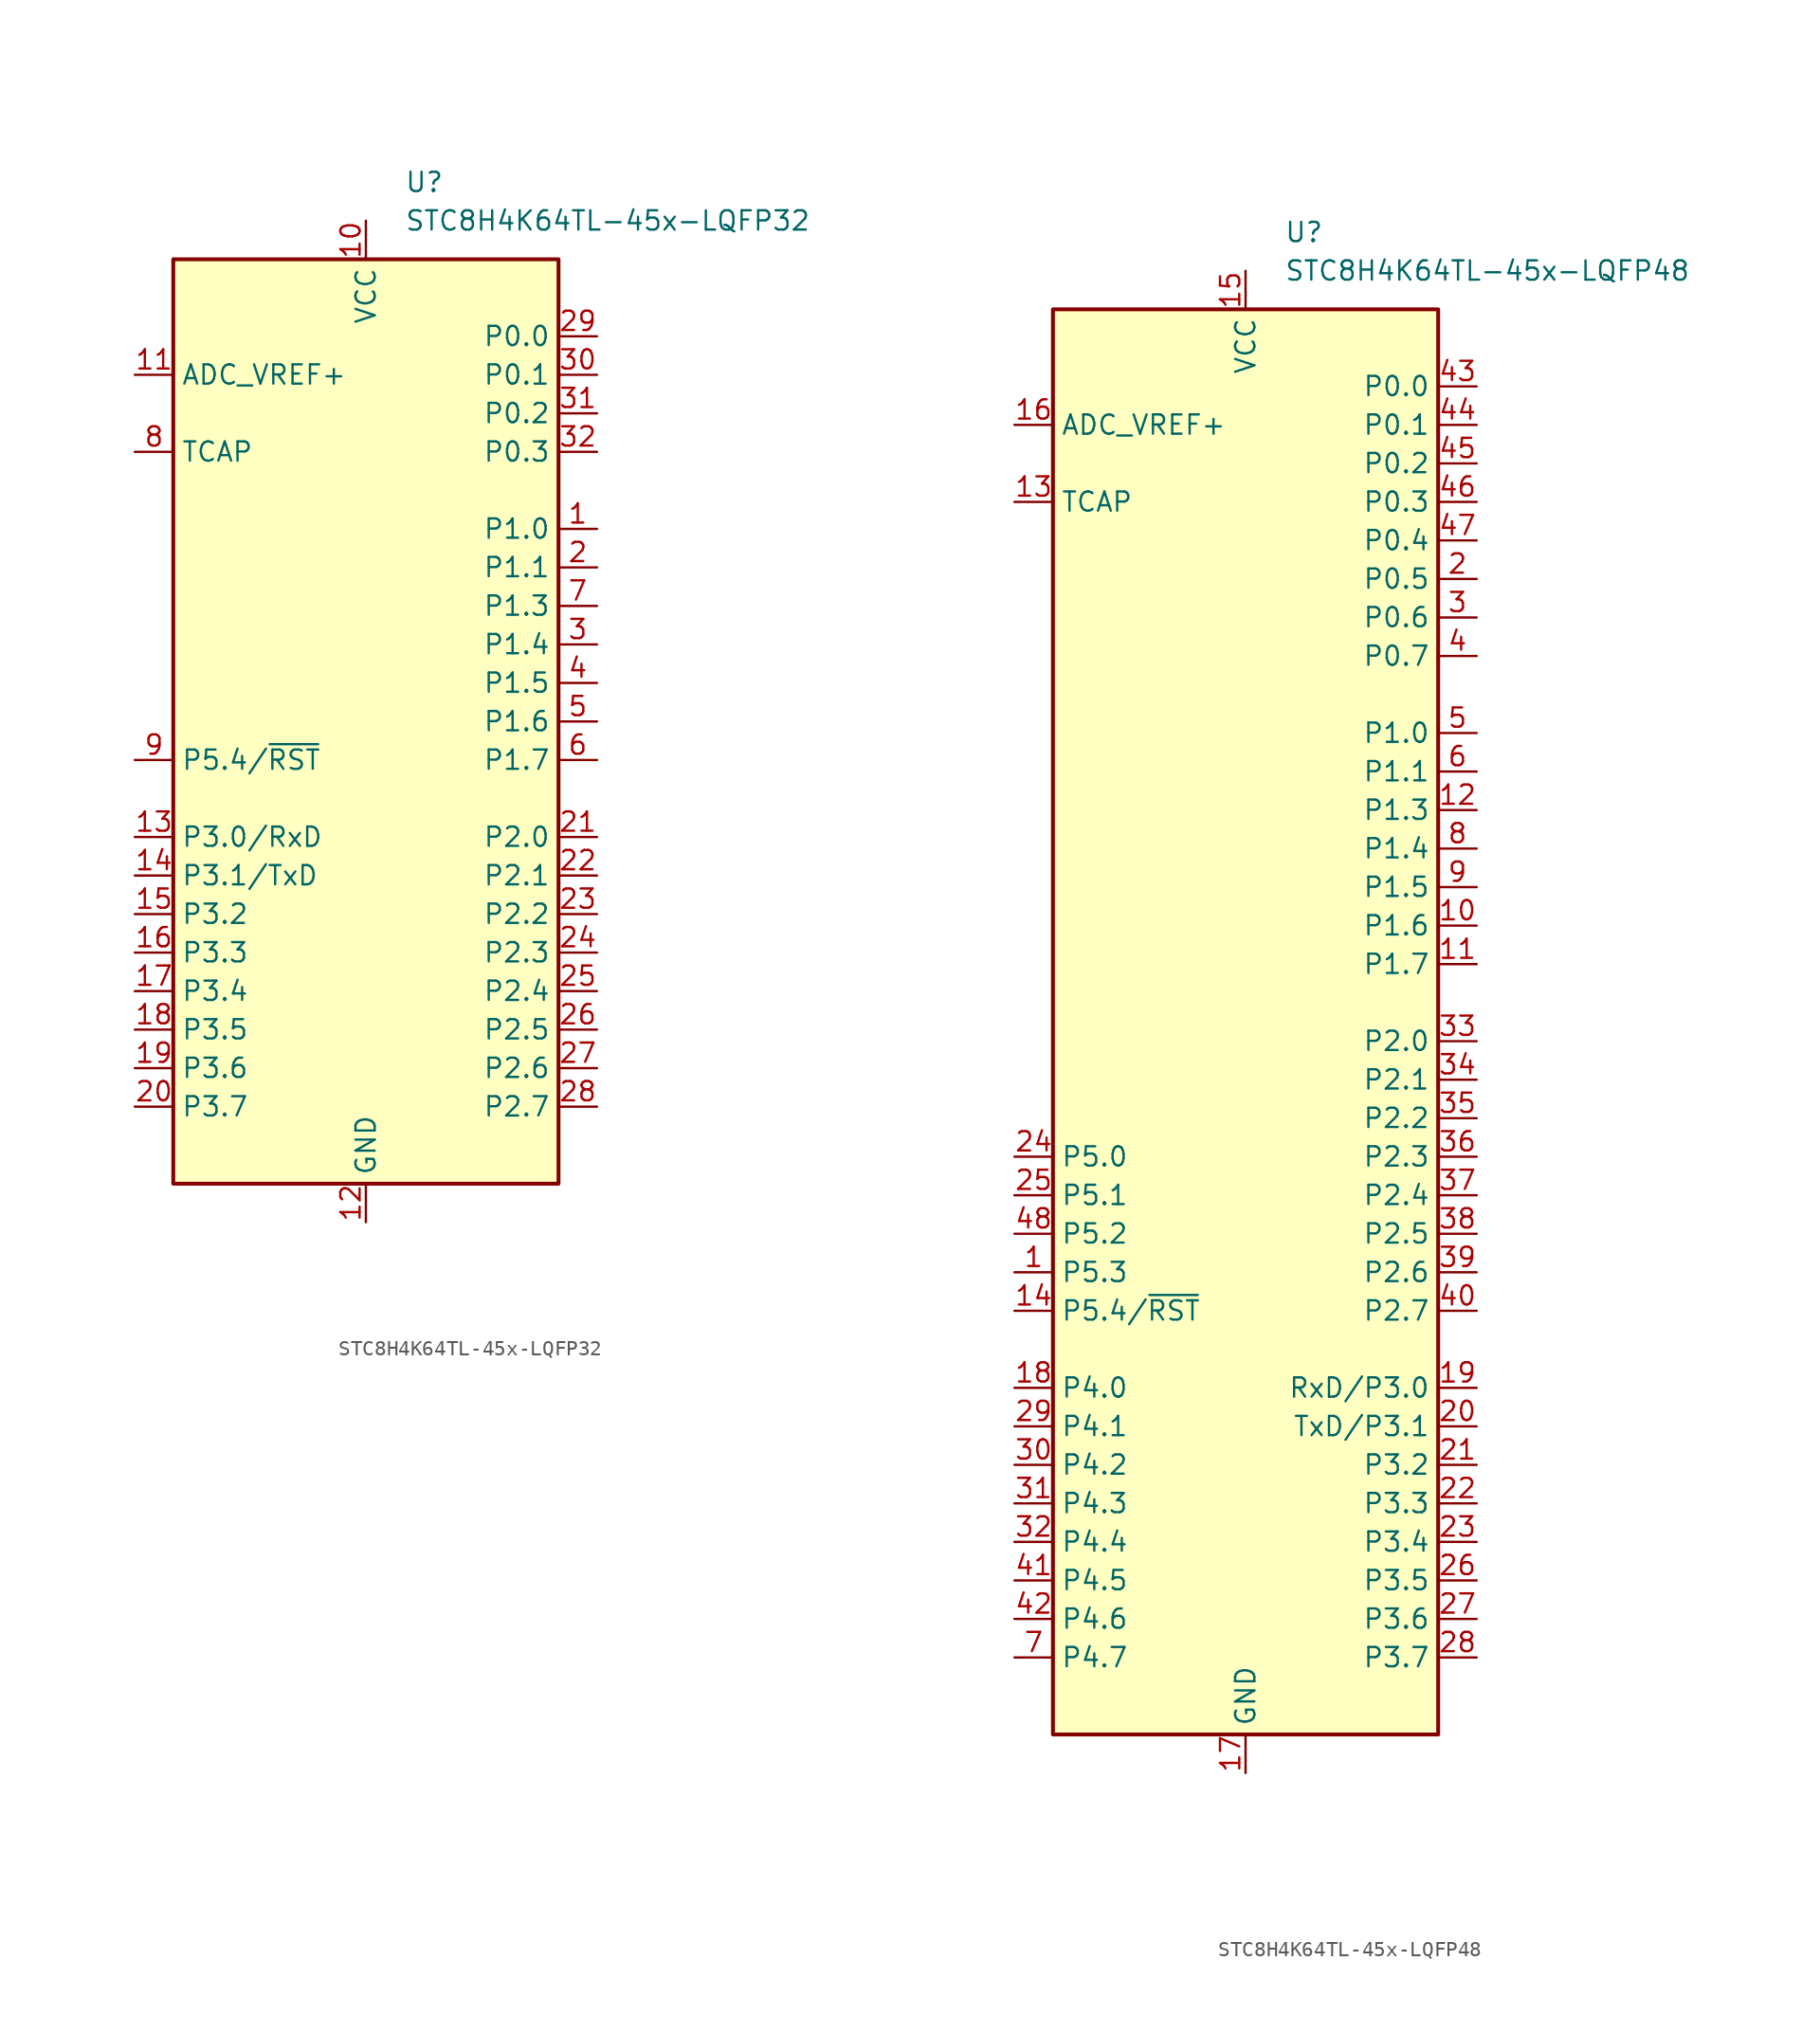
<source format=kicad_sym>
(kicad_symbol_lib
  (version 20211014)
  (generator kicad_symbol_editor)
  (symbol "STC8H4K64TL-45x-LQFP32"
    (property "Reference" "U"
      (at 2.54 35.56 0)
      (effects (font (size 1.27 1.27)) (justify left)))
    (property "Value" "STC8H4K64TL-45x-LQFP32"
      (at 2.54 33.02 0)
      (effects (font (size 1.27 1.27)) (justify left)))
    (symbol "STC8H4K64TL-45x-LQFP32_0_1"
      (rectangle (start -12.7 30.48) (end 12.7 -30.48) (stroke (width 0.254) (type default) (color 0 0 0 0)) (fill (type background))))
    (symbol "STC8H4K64TL-45x-LQFP32_1_1"
      (pin bidirectional line (at 15.24 12.7 180) (length 2.54) (name "P1.0" (effects (font (size 1.27 1.27)))) (number "1" (effects (font (size 1.27 1.27)))))
      (pin power_in line (at 0 33.02 270) (length 2.54) (name "VCC" (effects (font (size 1.27 1.27)))) (number "10" (effects (font (size 1.27 1.27)))))
      (pin power_in line (at -15.24 22.86 0) (length 2.54) (name "ADC_VREF+" (effects (font (size 1.27 1.27)))) (number "11" (effects (font (size 1.27 1.27)))))
      (pin power_in line (at 0 -33.02 90) (length 2.54) (name "GND" (effects (font (size 1.27 1.27)))) (number "12" (effects (font (size 1.27 1.27)))))
      (pin bidirectional line (at -15.24 -7.62 0) (length 2.54) (name "P3.0/RxD" (effects (font (size 1.27 1.27)))) (number "13" (effects (font (size 1.27 1.27)))))
      (pin bidirectional line (at -15.24 -10.16 0) (length 2.54) (name "P3.1/TxD" (effects (font (size 1.27 1.27)))) (number "14" (effects (font (size 1.27 1.27)))))
      (pin bidirectional line (at -15.24 -12.7 0) (length 2.54) (name "P3.2" (effects (font (size 1.27 1.27)))) (number "15" (effects (font (size 1.27 1.27)))))
      (pin bidirectional line (at -15.24 -15.24 0) (length 2.54) (name "P3.3" (effects (font (size 1.27 1.27)))) (number "16" (effects (font (size 1.27 1.27)))))
      (pin bidirectional line (at -15.24 -17.78 0) (length 2.54) (name "P3.4" (effects (font (size 1.27 1.27)))) (number "17" (effects (font (size 1.27 1.27)))))
      (pin bidirectional line (at -15.24 -20.32 0) (length 2.54) (name "P3.5" (effects (font (size 1.27 1.27)))) (number "18" (effects (font (size 1.27 1.27)))))
      (pin bidirectional line (at -15.24 -22.86 0) (length 2.54) (name "P3.6" (effects (font (size 1.27 1.27)))) (number "19" (effects (font (size 1.27 1.27)))))
      (pin bidirectional line (at 15.24 10.16 180) (length 2.54) (name "P1.1" (effects (font (size 1.27 1.27)))) (number "2" (effects (font (size 1.27 1.27)))))
      (pin bidirectional line (at -15.24 -25.4 0) (length 2.54) (name "P3.7" (effects (font (size 1.27 1.27)))) (number "20" (effects (font (size 1.27 1.27)))))
      (pin bidirectional line (at 15.24 -7.62 180) (length 2.54) (name "P2.0" (effects (font (size 1.27 1.27)))) (number "21" (effects (font (size 1.27 1.27)))))
      (pin bidirectional line (at 15.24 -10.16 180) (length 2.54) (name "P2.1" (effects (font (size 1.27 1.27)))) (number "22" (effects (font (size 1.27 1.27)))))
      (pin bidirectional line (at 15.24 -12.7 180) (length 2.54) (name "P2.2" (effects (font (size 1.27 1.27)))) (number "23" (effects (font (size 1.27 1.27)))))
      (pin bidirectional line (at 15.24 -15.24 180) (length 2.54) (name "P2.3" (effects (font (size 1.27 1.27)))) (number "24" (effects (font (size 1.27 1.27)))))
      (pin bidirectional line (at 15.24 -17.78 180) (length 2.54) (name "P2.4" (effects (font (size 1.27 1.27)))) (number "25" (effects (font (size 1.27 1.27)))))
      (pin bidirectional line (at 15.24 -20.32 180) (length 2.54) (name "P2.5" (effects (font (size 1.27 1.27)))) (number "26" (effects (font (size 1.27 1.27)))))
      (pin bidirectional line (at 15.24 -22.86 180) (length 2.54) (name "P2.6" (effects (font (size 1.27 1.27)))) (number "27" (effects (font (size 1.27 1.27)))))
      (pin bidirectional line (at 15.24 -25.4 180) (length 2.54) (name "P2.7" (effects (font (size 1.27 1.27)))) (number "28" (effects (font (size 1.27 1.27)))))
      (pin bidirectional line (at 15.24 25.4 180) (length 2.54) (name "P0.0" (effects (font (size 1.27 1.27)))) (number "29" (effects (font (size 1.27 1.27)))))
      (pin bidirectional line (at 15.24 5.08 180) (length 2.54) (name "P1.4" (effects (font (size 1.27 1.27)))) (number "3" (effects (font (size 1.27 1.27)))))
      (pin bidirectional line (at 15.24 22.86 180) (length 2.54) (name "P0.1" (effects (font (size 1.27 1.27)))) (number "30" (effects (font (size 1.27 1.27)))))
      (pin bidirectional line (at 15.24 20.32 180) (length 2.54) (name "P0.2" (effects (font (size 1.27 1.27)))) (number "31" (effects (font (size 1.27 1.27)))))
      (pin bidirectional line (at 15.24 17.78 180) (length 2.54) (name "P0.3" (effects (font (size 1.27 1.27)))) (number "32" (effects (font (size 1.27 1.27)))))
      (pin bidirectional line (at 15.24 2.54 180) (length 2.54) (name "P1.5" (effects (font (size 1.27 1.27)))) (number "4" (effects (font (size 1.27 1.27)))))
      (pin bidirectional line (at 15.24 0 180) (length 2.54) (name "P1.6" (effects (font (size 1.27 1.27)))) (number "5" (effects (font (size 1.27 1.27)))))
      (pin bidirectional line (at 15.24 -2.54 180) (length 2.54) (name "P1.7" (effects (font (size 1.27 1.27)))) (number "6" (effects (font (size 1.27 1.27)))))
      (pin bidirectional line (at 15.24 7.62 180) (length 2.54) (name "P1.3" (effects (font (size 1.27 1.27)))) (number "7" (effects (font (size 1.27 1.27)))))
      (pin passive line (at -15.24 17.78 0) (length 2.54) (name "TCAP" (effects (font (size 1.27 1.27)))) (number "8" (effects (font (size 1.27 1.27)))))
      (pin bidirectional line (at -15.24 -2.54 0) (length 2.54) (name "P5.4/~{RST}" (effects (font (size 1.27 1.27)))) (number "9" (effects (font (size 1.27 1.27)))))))
  (symbol "STC8H4K64TL-45x-LQFP48"
    (property "Reference" "U"
      (at 2.54 52.07 0)
      (effects (font (size 1.27 1.27)) (justify left)))
    (property "Value" "STC8H4K64TL-45x-LQFP48"
      (at 2.54 49.53 0)
      (effects (font (size 1.27 1.27)) (justify left)))
    (symbol "STC8H4K64TL-45x-LQFP48_0_1"
      (rectangle (start -12.7 46.99) (end 12.7 -46.99) (stroke (width 0.254) (type default) (color 0 0 0 0)) (fill (type background))))
    (symbol "STC8H4K64TL-45x-LQFP48_1_1"
      (pin bidirectional line (at -15.24 -16.51 0) (length 2.54) (name "P5.3" (effects (font (size 1.27 1.27)))) (number "1" (effects (font (size 1.27 1.27)))))
      (pin bidirectional line (at 15.24 6.35 180) (length 2.54) (name "P1.6" (effects (font (size 1.27 1.27)))) (number "10" (effects (font (size 1.27 1.27)))))
      (pin bidirectional line (at 15.24 3.81 180) (length 2.54) (name "P1.7" (effects (font (size 1.27 1.27)))) (number "11" (effects (font (size 1.27 1.27)))))
      (pin bidirectional line (at 15.24 13.97 180) (length 2.54) (name "P1.3" (effects (font (size 1.27 1.27)))) (number "12" (effects (font (size 1.27 1.27)))))
      (pin passive line (at -15.24 34.29 0) (length 2.54) (name "TCAP" (effects (font (size 1.27 1.27)))) (number "13" (effects (font (size 1.27 1.27)))))
      (pin bidirectional line (at -15.24 -19.05 0) (length 2.54) (name "P5.4/~{RST}" (effects (font (size 1.27 1.27)))) (number "14" (effects (font (size 1.27 1.27)))))
      (pin power_in line (at 0 49.53 270) (length 2.54) (name "VCC" (effects (font (size 1.27 1.27)))) (number "15" (effects (font (size 1.27 1.27)))))
      (pin power_in line (at -15.24 39.37 0) (length 2.54) (name "ADC_VREF+" (effects (font (size 1.27 1.27)))) (number "16" (effects (font (size 1.27 1.27)))))
      (pin power_in line (at 0 -49.53 90) (length 2.54) (name "GND" (effects (font (size 1.27 1.27)))) (number "17" (effects (font (size 1.27 1.27)))))
      (pin bidirectional line (at -15.24 -24.13 0) (length 2.54) (name "P4.0" (effects (font (size 1.27 1.27)))) (number "18" (effects (font (size 1.27 1.27)))))
      (pin bidirectional line (at 15.24 -24.13 180) (length 2.54) (name "RxD/P3.0" (effects (font (size 1.27 1.27)))) (number "19" (effects (font (size 1.27 1.27)))))
      (pin bidirectional line (at 15.24 29.21 180) (length 2.54) (name "P0.5" (effects (font (size 1.27 1.27)))) (number "2" (effects (font (size 1.27 1.27)))))
      (pin bidirectional line (at 15.24 -26.67 180) (length 2.54) (name "TxD/P3.1" (effects (font (size 1.27 1.27)))) (number "20" (effects (font (size 1.27 1.27)))))
      (pin bidirectional line (at 15.24 -29.21 180) (length 2.54) (name "P3.2" (effects (font (size 1.27 1.27)))) (number "21" (effects (font (size 1.27 1.27)))))
      (pin bidirectional line (at 15.24 -31.75 180) (length 2.54) (name "P3.3" (effects (font (size 1.27 1.27)))) (number "22" (effects (font (size 1.27 1.27)))))
      (pin bidirectional line (at 15.24 -34.29 180) (length 2.54) (name "P3.4" (effects (font (size 1.27 1.27)))) (number "23" (effects (font (size 1.27 1.27)))))
      (pin bidirectional line (at -15.24 -8.89 0) (length 2.54) (name "P5.0" (effects (font (size 1.27 1.27)))) (number "24" (effects (font (size 1.27 1.27)))))
      (pin bidirectional line (at -15.24 -11.43 0) (length 2.54) (name "P5.1" (effects (font (size 1.27 1.27)))) (number "25" (effects (font (size 1.27 1.27)))))
      (pin bidirectional line (at 15.24 -36.83 180) (length 2.54) (name "P3.5" (effects (font (size 1.27 1.27)))) (number "26" (effects (font (size 1.27 1.27)))))
      (pin bidirectional line (at 15.24 -39.37 180) (length 2.54) (name "P3.6" (effects (font (size 1.27 1.27)))) (number "27" (effects (font (size 1.27 1.27)))))
      (pin bidirectional line (at 15.24 -41.91 180) (length 2.54) (name "P3.7" (effects (font (size 1.27 1.27)))) (number "28" (effects (font (size 1.27 1.27)))))
      (pin bidirectional line (at -15.24 -26.67 0) (length 2.54) (name "P4.1" (effects (font (size 1.27 1.27)))) (number "29" (effects (font (size 1.27 1.27)))))
      (pin bidirectional line (at 15.24 26.67 180) (length 2.54) (name "P0.6" (effects (font (size 1.27 1.27)))) (number "3" (effects (font (size 1.27 1.27)))))
      (pin bidirectional line (at -15.24 -29.21 0) (length 2.54) (name "P4.2" (effects (font (size 1.27 1.27)))) (number "30" (effects (font (size 1.27 1.27)))))
      (pin bidirectional line (at -15.24 -31.75 0) (length 2.54) (name "P4.3" (effects (font (size 1.27 1.27)))) (number "31" (effects (font (size 1.27 1.27)))))
      (pin bidirectional line (at -15.24 -34.29 0) (length 2.54) (name "P4.4" (effects (font (size 1.27 1.27)))) (number "32" (effects (font (size 1.27 1.27)))))
      (pin bidirectional line (at 15.24 -1.27 180) (length 2.54) (name "P2.0" (effects (font (size 1.27 1.27)))) (number "33" (effects (font (size 1.27 1.27)))))
      (pin bidirectional line (at 15.24 -3.81 180) (length 2.54) (name "P2.1" (effects (font (size 1.27 1.27)))) (number "34" (effects (font (size 1.27 1.27)))))
      (pin bidirectional line (at 15.24 -6.35 180) (length 2.54) (name "P2.2" (effects (font (size 1.27 1.27)))) (number "35" (effects (font (size 1.27 1.27)))))
      (pin bidirectional line (at 15.24 -8.89 180) (length 2.54) (name "P2.3" (effects (font (size 1.27 1.27)))) (number "36" (effects (font (size 1.27 1.27)))))
      (pin bidirectional line (at 15.24 -11.43 180) (length 2.54) (name "P2.4" (effects (font (size 1.27 1.27)))) (number "37" (effects (font (size 1.27 1.27)))))
      (pin bidirectional line (at 15.24 -13.97 180) (length 2.54) (name "P2.5" (effects (font (size 1.27 1.27)))) (number "38" (effects (font (size 1.27 1.27)))))
      (pin bidirectional line (at 15.24 -16.51 180) (length 2.54) (name "P2.6" (effects (font (size 1.27 1.27)))) (number "39" (effects (font (size 1.27 1.27)))))
      (pin bidirectional line (at 15.24 24.13 180) (length 2.54) (name "P0.7" (effects (font (size 1.27 1.27)))) (number "4" (effects (font (size 1.27 1.27)))))
      (pin bidirectional line (at 15.24 -19.05 180) (length 2.54) (name "P2.7" (effects (font (size 1.27 1.27)))) (number "40" (effects (font (size 1.27 1.27)))))
      (pin bidirectional line (at -15.24 -36.83 0) (length 2.54) (name "P4.5" (effects (font (size 1.27 1.27)))) (number "41" (effects (font (size 1.27 1.27)))))
      (pin bidirectional line (at -15.24 -39.37 0) (length 2.54) (name "P4.6" (effects (font (size 1.27 1.27)))) (number "42" (effects (font (size 1.27 1.27)))))
      (pin bidirectional line (at 15.24 41.91 180) (length 2.54) (name "P0.0" (effects (font (size 1.27 1.27)))) (number "43" (effects (font (size 1.27 1.27)))))
      (pin bidirectional line (at 15.24 39.37 180) (length 2.54) (name "P0.1" (effects (font (size 1.27 1.27)))) (number "44" (effects (font (size 1.27 1.27)))))
      (pin bidirectional line (at 15.24 36.83 180) (length 2.54) (name "P0.2" (effects (font (size 1.27 1.27)))) (number "45" (effects (font (size 1.27 1.27)))))
      (pin bidirectional line (at 15.24 34.29 180) (length 2.54) (name "P0.3" (effects (font (size 1.27 1.27)))) (number "46" (effects (font (size 1.27 1.27)))))
      (pin bidirectional line (at 15.24 31.75 180) (length 2.54) (name "P0.4" (effects (font (size 1.27 1.27)))) (number "47" (effects (font (size 1.27 1.27)))))
      (pin bidirectional line (at -15.24 -13.97 0) (length 2.54) (name "P5.2" (effects (font (size 1.27 1.27)))) (number "48" (effects (font (size 1.27 1.27)))))
      (pin bidirectional line (at 15.24 19.05 180) (length 2.54) (name "P1.0" (effects (font (size 1.27 1.27)))) (number "5" (effects (font (size 1.27 1.27)))))
      (pin bidirectional line (at 15.24 16.51 180) (length 2.54) (name "P1.1" (effects (font (size 1.27 1.27)))) (number "6" (effects (font (size 1.27 1.27)))))
      (pin bidirectional line (at -15.24 -41.91 0) (length 2.54) (name "P4.7" (effects (font (size 1.27 1.27)))) (number "7" (effects (font (size 1.27 1.27)))))
      (pin bidirectional line (at 15.24 11.43 180) (length 2.54) (name "P1.4" (effects (font (size 1.27 1.27)))) (number "8" (effects (font (size 1.27 1.27)))))
      (pin bidirectional line (at 15.24 8.89 180) (length 2.54) (name "P1.5" (effects (font (size 1.27 1.27)))) (number "9" (effects (font (size 1.27 1.27))))))))
</source>
